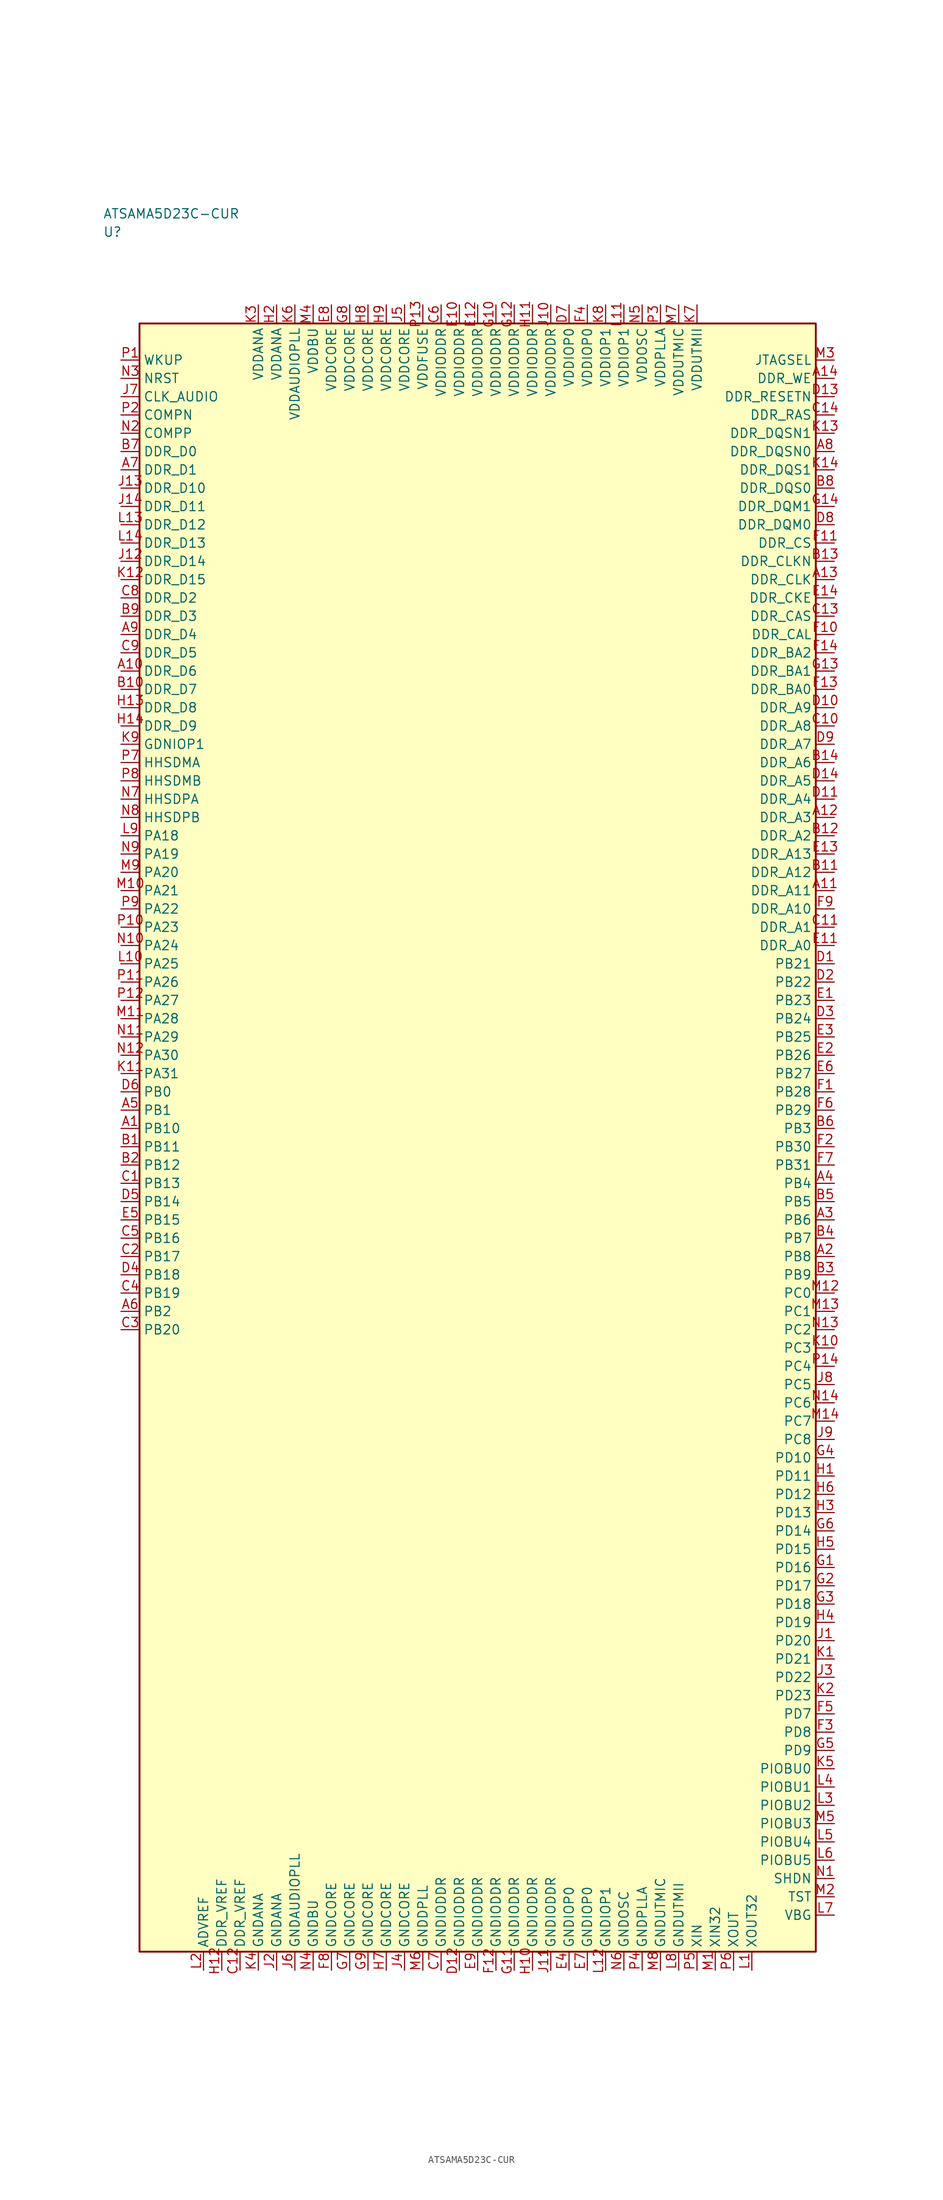
<source format=kicad_sym>
(kicad_symbol_lib
  (version 20241025)
  (generator "kicad_symbol_editor")
  (generator_version "8.0")
  (symbol "ATSAMA5D23C-CUR"
    (property "Reference" "U"
      (at -51.25 123.75 0)
      (effects (font (size 1.27 1.27)) (justify left)))
    (property "Value" "ATSAMA5D23C-CUR"
      (at -51.25 126.25 0)
      (effects (font (size 1.27 1.27)) (justify left)))
    (symbol "ATSAMA5D23C-CUR_0_1"
      (rectangle (start -46.25 111.25) (end 46.25 -111.25) (stroke (width 0.254) (type default)) (fill (type background))))
    (symbol "ATSAMA5D23C-CUR_1_1"
      (pin bidirectional line (at -48.79 41.25 0.0) (length 2.54) (name "PA18" (effects (font (size 1.27 1.27)))) (number "L9" (effects (font (size 1.27 1.27)))))
      (pin bidirectional line (at -48.79 38.75 0.0) (length 2.54) (name "PA19" (effects (font (size 1.27 1.27)))) (number "N9" (effects (font (size 1.27 1.27)))))
      (pin bidirectional line (at -48.79 36.25 0.0) (length 2.54) (name "PA20" (effects (font (size 1.27 1.27)))) (number "M9" (effects (font (size 1.27 1.27)))))
      (pin bidirectional line (at -48.79 33.75 0.0) (length 2.54) (name "PA21" (effects (font (size 1.27 1.27)))) (number "M10" (effects (font (size 1.27 1.27)))))
      (pin bidirectional line (at -48.79 31.25 0.0) (length 2.54) (name "PA22" (effects (font (size 1.27 1.27)))) (number "P9" (effects (font (size 1.27 1.27)))))
      (pin bidirectional line (at -48.79 28.75 0.0) (length 2.54) (name "PA23" (effects (font (size 1.27 1.27)))) (number "P10" (effects (font (size 1.27 1.27)))))
      (pin bidirectional line (at -48.79 26.25 0.0) (length 2.54) (name "PA24" (effects (font (size 1.27 1.27)))) (number "N10" (effects (font (size 1.27 1.27)))))
      (pin bidirectional line (at -48.79 23.75 0.0) (length 2.54) (name "PA25" (effects (font (size 1.27 1.27)))) (number "L10" (effects (font (size 1.27 1.27)))))
      (pin bidirectional line (at -48.79 21.25 0.0) (length 2.54) (name "PA26" (effects (font (size 1.27 1.27)))) (number "P11" (effects (font (size 1.27 1.27)))))
      (pin bidirectional line (at -48.79 18.75 0.0) (length 2.54) (name "PA27" (effects (font (size 1.27 1.27)))) (number "P12" (effects (font (size 1.27 1.27)))))
      (pin bidirectional line (at -48.79 16.25 0.0) (length 2.54) (name "PA28" (effects (font (size 1.27 1.27)))) (number "M11" (effects (font (size 1.27 1.27)))))
      (pin bidirectional line (at -48.79 13.75 0.0) (length 2.54) (name "PA29" (effects (font (size 1.27 1.27)))) (number "N11" (effects (font (size 1.27 1.27)))))
      (pin bidirectional line (at -48.79 11.25 0.0) (length 2.54) (name "PA30" (effects (font (size 1.27 1.27)))) (number "N12" (effects (font (size 1.27 1.27)))))
      (pin bidirectional line (at 48.79 -21.25 180.0) (length 2.54) (name "PC0" (effects (font (size 1.27 1.27)))) (number "M12" (effects (font (size 1.27 1.27)))))
      (pin bidirectional line (at -48.79 -23.75 0.0) (length 2.54) (name "PB2" (effects (font (size 1.27 1.27)))) (number "A6" (effects (font (size 1.27 1.27)))))
      (pin bidirectional line (at -48.79 3.75 0.0) (length 2.54) (name "PB1" (effects (font (size 1.27 1.27)))) (number "A5" (effects (font (size 1.27 1.27)))))
      (pin bidirectional line (at 48.79 1.25 180.0) (length 2.54) (name "PB3" (effects (font (size 1.27 1.27)))) (number "B6" (effects (font (size 1.27 1.27)))))
      (pin bidirectional line (at 48.79 -8.75 180.0) (length 2.54) (name "PB5" (effects (font (size 1.27 1.27)))) (number "B5" (effects (font (size 1.27 1.27)))))
      (pin bidirectional line (at 48.79 -6.25 180.0) (length 2.54) (name "PB4" (effects (font (size 1.27 1.27)))) (number "A4" (effects (font (size 1.27 1.27)))))
      (pin bidirectional line (at -48.79 6.25 0.0) (length 2.54) (name "PB0" (effects (font (size 1.27 1.27)))) (number "D6" (effects (font (size 1.27 1.27)))))
      (pin bidirectional line (at 48.79 -11.25 180.0) (length 2.54) (name "PB6" (effects (font (size 1.27 1.27)))) (number "A3" (effects (font (size 1.27 1.27)))))
      (pin bidirectional line (at 48.79 -13.75 180.0) (length 2.54) (name "PB7" (effects (font (size 1.27 1.27)))) (number "B4" (effects (font (size 1.27 1.27)))))
      (pin bidirectional line (at 48.79 -16.25 180.0) (length 2.54) (name "PB8" (effects (font (size 1.27 1.27)))) (number "A2" (effects (font (size 1.27 1.27)))))
      (pin bidirectional line (at 48.79 -18.75 180.0) (length 2.54) (name "PB9" (effects (font (size 1.27 1.27)))) (number "B3" (effects (font (size 1.27 1.27)))))
      (pin bidirectional line (at -48.79 1.25 0.0) (length 2.54) (name "PB10" (effects (font (size 1.27 1.27)))) (number "A1" (effects (font (size 1.27 1.27)))))
      (pin bidirectional line (at -48.79 -1.25 0.0) (length 2.54) (name "PB11" (effects (font (size 1.27 1.27)))) (number "B1" (effects (font (size 1.27 1.27)))))
      (pin bidirectional line (at -48.79 -3.75 0.0) (length 2.54) (name "PB12" (effects (font (size 1.27 1.27)))) (number "B2" (effects (font (size 1.27 1.27)))))
      (pin bidirectional line (at -48.79 -6.25 0.0) (length 2.54) (name "PB13" (effects (font (size 1.27 1.27)))) (number "C1" (effects (font (size 1.27 1.27)))))
      (pin bidirectional line (at -48.79 -8.75 0.0) (length 2.54) (name "PB14" (effects (font (size 1.27 1.27)))) (number "D5" (effects (font (size 1.27 1.27)))))
      (pin bidirectional line (at -48.79 -11.25 0.0) (length 2.54) (name "PB15" (effects (font (size 1.27 1.27)))) (number "E5" (effects (font (size 1.27 1.27)))))
      (pin bidirectional line (at -48.79 -13.75 0.0) (length 2.54) (name "PB16" (effects (font (size 1.27 1.27)))) (number "C5" (effects (font (size 1.27 1.27)))))
      (pin bidirectional line (at -48.79 -16.25 0.0) (length 2.54) (name "PB17" (effects (font (size 1.27 1.27)))) (number "C2" (effects (font (size 1.27 1.27)))))
      (pin bidirectional line (at -48.79 -18.75 0.0) (length 2.54) (name "PB18" (effects (font (size 1.27 1.27)))) (number "D4" (effects (font (size 1.27 1.27)))))
      (pin bidirectional line (at -48.79 -21.25 0.0) (length 2.54) (name "PB19" (effects (font (size 1.27 1.27)))) (number "C4" (effects (font (size 1.27 1.27)))))
      (pin bidirectional line (at -48.79 -26.25 0.0) (length 2.54) (name "PB20" (effects (font (size 1.27 1.27)))) (number "C3" (effects (font (size 1.27 1.27)))))
      (pin bidirectional line (at 48.79 23.75 180.0) (length 2.54) (name "PB21" (effects (font (size 1.27 1.27)))) (number "D1" (effects (font (size 1.27 1.27)))))
      (pin bidirectional line (at 48.79 21.25 180.0) (length 2.54) (name "PB22" (effects (font (size 1.27 1.27)))) (number "D2" (effects (font (size 1.27 1.27)))))
      (pin bidirectional line (at 48.79 18.75 180.0) (length 2.54) (name "PB23" (effects (font (size 1.27 1.27)))) (number "E1" (effects (font (size 1.27 1.27)))))
      (pin bidirectional line (at 48.79 16.25 180.0) (length 2.54) (name "PB24" (effects (font (size 1.27 1.27)))) (number "D3" (effects (font (size 1.27 1.27)))))
      (pin bidirectional line (at 48.79 13.75 180.0) (length 2.54) (name "PB25" (effects (font (size 1.27 1.27)))) (number "E3" (effects (font (size 1.27 1.27)))))
      (pin bidirectional line (at 48.79 11.25 180.0) (length 2.54) (name "PB26" (effects (font (size 1.27 1.27)))) (number "E2" (effects (font (size 1.27 1.27)))))
      (pin bidirectional line (at 48.79 8.75 180.0) (length 2.54) (name "PB27" (effects (font (size 1.27 1.27)))) (number "E6" (effects (font (size 1.27 1.27)))))
      (pin bidirectional line (at 48.79 6.25 180.0) (length 2.54) (name "PB28" (effects (font (size 1.27 1.27)))) (number "F1" (effects (font (size 1.27 1.27)))))
      (pin bidirectional line (at 48.79 3.75 180.0) (length 2.54) (name "PB29" (effects (font (size 1.27 1.27)))) (number "F6" (effects (font (size 1.27 1.27)))))
      (pin bidirectional line (at 48.79 -1.25 180.0) (length 2.54) (name "PB30" (effects (font (size 1.27 1.27)))) (number "F2" (effects (font (size 1.27 1.27)))))
      (pin bidirectional line (at 48.79 -3.75 180.0) (length 2.54) (name "PB31" (effects (font (size 1.27 1.27)))) (number "F7" (effects (font (size 1.27 1.27)))))
      (pin bidirectional line (at 48.79 -23.75 180.0) (length 2.54) (name "PC1" (effects (font (size 1.27 1.27)))) (number "M13" (effects (font (size 1.27 1.27)))))
      (pin power_in line (at -7.5 113.79 270.0) (length 2.54) (name "VDDFUSE" (effects (font (size 1.27 1.27)))) (number "P13" (effects (font (size 1.27 1.27)))))
      (pin bidirectional line (at 48.79 -26.25 180.0) (length 2.54) (name "PC2" (effects (font (size 1.27 1.27)))) (number "N13" (effects (font (size 1.27 1.27)))))
      (pin bidirectional line (at 48.79 -28.75 180.0) (length 2.54) (name "PC3" (effects (font (size 1.27 1.27)))) (number "K10" (effects (font (size 1.27 1.27)))))
      (pin bidirectional line (at 48.79 -31.25 180.0) (length 2.54) (name "PC4" (effects (font (size 1.27 1.27)))) (number "P14" (effects (font (size 1.27 1.27)))))
      (pin bidirectional line (at 48.79 -33.75 180.0) (length 2.54) (name "PC5" (effects (font (size 1.27 1.27)))) (number "J8" (effects (font (size 1.27 1.27)))))
      (pin bidirectional line (at 48.79 -36.25 180.0) (length 2.54) (name "PC6" (effects (font (size 1.27 1.27)))) (number "N14" (effects (font (size 1.27 1.27)))))
      (pin bidirectional line (at 48.79 -38.75 180.0) (length 2.54) (name "PC7" (effects (font (size 1.27 1.27)))) (number "M14" (effects (font (size 1.27 1.27)))))
      (pin bidirectional line (at 48.79 -41.25 180.0) (length 2.54) (name "PC8" (effects (font (size 1.27 1.27)))) (number "J9" (effects (font (size 1.27 1.27)))))
      (pin bidirectional line (at 48.79 -78.75 180.0) (length 2.54) (name "PD7" (effects (font (size 1.27 1.27)))) (number "F5" (effects (font (size 1.27 1.27)))))
      (pin bidirectional line (at 48.79 -81.25 180.0) (length 2.54) (name "PD8" (effects (font (size 1.27 1.27)))) (number "F3" (effects (font (size 1.27 1.27)))))
      (pin bidirectional line (at 48.79 -83.75 180.0) (length 2.54) (name "PD9" (effects (font (size 1.27 1.27)))) (number "G5" (effects (font (size 1.27 1.27)))))
      (pin bidirectional line (at 48.79 -43.75 180.0) (length 2.54) (name "PD10" (effects (font (size 1.27 1.27)))) (number "G4" (effects (font (size 1.27 1.27)))))
      (pin bidirectional line (at 48.79 -46.25 180.0) (length 2.54) (name "PD11" (effects (font (size 1.27 1.27)))) (number "H1" (effects (font (size 1.27 1.27)))))
      (pin bidirectional line (at 48.79 -48.75 180.0) (length 2.54) (name "PD12" (effects (font (size 1.27 1.27)))) (number "H6" (effects (font (size 1.27 1.27)))))
      (pin bidirectional line (at 48.79 -51.25 180.0) (length 2.54) (name "PD13" (effects (font (size 1.27 1.27)))) (number "H3" (effects (font (size 1.27 1.27)))))
      (pin bidirectional line (at 48.79 -53.75 180.0) (length 2.54) (name "PD14" (effects (font (size 1.27 1.27)))) (number "G6" (effects (font (size 1.27 1.27)))))
      (pin bidirectional line (at 48.79 -56.25 180.0) (length 2.54) (name "PD15" (effects (font (size 1.27 1.27)))) (number "H5" (effects (font (size 1.27 1.27)))))
      (pin bidirectional line (at 48.79 -58.75 180.0) (length 2.54) (name "PD16" (effects (font (size 1.27 1.27)))) (number "G1" (effects (font (size 1.27 1.27)))))
      (pin bidirectional line (at 48.79 -61.25 180.0) (length 2.54) (name "PD17" (effects (font (size 1.27 1.27)))) (number "G2" (effects (font (size 1.27 1.27)))))
      (pin bidirectional line (at 48.79 -63.75 180.0) (length 2.54) (name "PD18" (effects (font (size 1.27 1.27)))) (number "G3" (effects (font (size 1.27 1.27)))))
      (pin bidirectional line (at 48.79 -66.25 180.0) (length 2.54) (name "PD19" (effects (font (size 1.27 1.27)))) (number "H4" (effects (font (size 1.27 1.27)))))
      (pin bidirectional line (at 48.79 -68.75 180.0) (length 2.54) (name "PD20" (effects (font (size 1.27 1.27)))) (number "J1" (effects (font (size 1.27 1.27)))))
      (pin bidirectional line (at 48.79 -71.25 180.0) (length 2.54) (name "PD21" (effects (font (size 1.27 1.27)))) (number "K1" (effects (font (size 1.27 1.27)))))
      (pin bidirectional line (at 48.79 -73.75 180.0) (length 2.54) (name "PD22" (effects (font (size 1.27 1.27)))) (number "J3" (effects (font (size 1.27 1.27)))))
      (pin bidirectional line (at 48.79 -76.25 180.0) (length 2.54) (name "PD23" (effects (font (size 1.27 1.27)))) (number "K2" (effects (font (size 1.27 1.27)))))
      (pin power_in line (at -30.0 113.79 270.0) (length 2.54) (name "VDDANA" (effects (font (size 1.27 1.27)))) (number "K3" (effects (font (size 1.27 1.27)))))
      (pin passive line (at -30.0 -113.79 90.0) (length 2.54) (name "GNDANA" (effects (font (size 1.27 1.27)))) (number "K4" (effects (font (size 1.27 1.27)))))
      (pin passive line (at -37.5 -113.79 90.0) (length 2.54) (name "ADVREF" (effects (font (size 1.27 1.27)))) (number "L2" (effects (font (size 1.27 1.27)))))
      (pin power_in line (at -27.5 113.79 270.0) (length 2.54) (name "VDDANA" (effects (font (size 1.27 1.27)))) (number "H2" (effects (font (size 1.27 1.27)))))
      (pin passive line (at -27.5 -113.79 90.0) (length 2.54) (name "GNDANA" (effects (font (size 1.27 1.27)))) (number "J2" (effects (font (size 1.27 1.27)))))
      (pin passive line (at -35.0 -113.79 90.0) (length 2.54) (name "DDR_VREF" (effects (font (size 1.27 1.27)))) (number "H12" (effects (font (size 1.27 1.27)))))
      (pin passive line (at -32.5 -113.79 90.0) (length 2.54) (name "DDR_VREF" (effects (font (size 1.27 1.27)))) (number "C12" (effects (font (size 1.27 1.27)))))
      (pin bidirectional line (at -48.79 93.75 0.0) (length 2.54) (name "DDR_D0" (effects (font (size 1.27 1.27)))) (number "B7" (effects (font (size 1.27 1.27)))))
      (pin bidirectional line (at -48.79 91.25 0.0) (length 2.54) (name "DDR_D1" (effects (font (size 1.27 1.27)))) (number "A7" (effects (font (size 1.27 1.27)))))
      (pin bidirectional line (at -48.79 73.75 0.0) (length 2.54) (name "DDR_D2" (effects (font (size 1.27 1.27)))) (number "C8" (effects (font (size 1.27 1.27)))))
      (pin bidirectional line (at -48.79 71.25 0.0) (length 2.54) (name "DDR_D3" (effects (font (size 1.27 1.27)))) (number "B9" (effects (font (size 1.27 1.27)))))
      (pin bidirectional line (at -48.79 68.75 0.0) (length 2.54) (name "DDR_D4" (effects (font (size 1.27 1.27)))) (number "A9" (effects (font (size 1.27 1.27)))))
      (pin bidirectional line (at -48.79 66.25 0.0) (length 2.54) (name "DDR_D5" (effects (font (size 1.27 1.27)))) (number "C9" (effects (font (size 1.27 1.27)))))
      (pin bidirectional line (at -48.79 63.75 0.0) (length 2.54) (name "DDR_D6" (effects (font (size 1.27 1.27)))) (number "A10" (effects (font (size 1.27 1.27)))))
      (pin bidirectional line (at -48.79 61.25 0.0) (length 2.54) (name "DDR_D7" (effects (font (size 1.27 1.27)))) (number "B10" (effects (font (size 1.27 1.27)))))
      (pin bidirectional line (at -48.79 58.75 0.0) (length 2.54) (name "DDR_D8" (effects (font (size 1.27 1.27)))) (number "H13" (effects (font (size 1.27 1.27)))))
      (pin bidirectional line (at -48.79 56.25 0.0) (length 2.54) (name "DDR_D9" (effects (font (size 1.27 1.27)))) (number "H14" (effects (font (size 1.27 1.27)))))
      (pin bidirectional line (at -48.79 88.75 0.0) (length 2.54) (name "DDR_D10" (effects (font (size 1.27 1.27)))) (number "J13" (effects (font (size 1.27 1.27)))))
      (pin bidirectional line (at -48.79 86.25 0.0) (length 2.54) (name "DDR_D11" (effects (font (size 1.27 1.27)))) (number "J14" (effects (font (size 1.27 1.27)))))
      (pin bidirectional line (at -48.79 83.75 0.0) (length 2.54) (name "DDR_D12" (effects (font (size 1.27 1.27)))) (number "L13" (effects (font (size 1.27 1.27)))))
      (pin bidirectional line (at -48.79 81.25 0.0) (length 2.54) (name "DDR_D13" (effects (font (size 1.27 1.27)))) (number "L14" (effects (font (size 1.27 1.27)))))
      (pin bidirectional line (at -48.79 78.75 0.0) (length 2.54) (name "DDR_D14" (effects (font (size 1.27 1.27)))) (number "J12" (effects (font (size 1.27 1.27)))))
      (pin bidirectional line (at -48.79 76.25 0.0) (length 2.54) (name "DDR_D15" (effects (font (size 1.27 1.27)))) (number "K12" (effects (font (size 1.27 1.27)))))
      (pin output line (at 48.79 26.25 180.0) (length 2.54) (name "DDR_A0" (effects (font (size 1.27 1.27)))) (number "E11" (effects (font (size 1.27 1.27)))))
      (pin output line (at 48.79 28.75 180.0) (length 2.54) (name "DDR_A1" (effects (font (size 1.27 1.27)))) (number "C11" (effects (font (size 1.27 1.27)))))
      (pin output line (at 48.79 41.25 180.0) (length 2.54) (name "DDR_A2" (effects (font (size 1.27 1.27)))) (number "B12" (effects (font (size 1.27 1.27)))))
      (pin output line (at 48.79 43.75 180.0) (length 2.54) (name "DDR_A3" (effects (font (size 1.27 1.27)))) (number "A12" (effects (font (size 1.27 1.27)))))
      (pin output line (at 48.79 46.25 180.0) (length 2.54) (name "DDR_A4" (effects (font (size 1.27 1.27)))) (number "D11" (effects (font (size 1.27 1.27)))))
      (pin output line (at 48.79 48.75 180.0) (length 2.54) (name "DDR_A5" (effects (font (size 1.27 1.27)))) (number "D14" (effects (font (size 1.27 1.27)))))
      (pin output line (at 48.79 51.25 180.0) (length 2.54) (name "DDR_A6" (effects (font (size 1.27 1.27)))) (number "B14" (effects (font (size 1.27 1.27)))))
      (pin output line (at 48.79 53.75 180.0) (length 2.54) (name "DDR_A7" (effects (font (size 1.27 1.27)))) (number "D9" (effects (font (size 1.27 1.27)))))
      (pin output line (at 48.79 56.25 180.0) (length 2.54) (name "DDR_A8" (effects (font (size 1.27 1.27)))) (number "C10" (effects (font (size 1.27 1.27)))))
      (pin output line (at 48.79 58.75 180.0) (length 2.54) (name "DDR_A9" (effects (font (size 1.27 1.27)))) (number "D10" (effects (font (size 1.27 1.27)))))
      (pin output line (at 48.79 31.25 180.0) (length 2.54) (name "DDR_A10" (effects (font (size 1.27 1.27)))) (number "F9" (effects (font (size 1.27 1.27)))))
      (pin output line (at 48.79 33.75 180.0) (length 2.54) (name "DDR_A11" (effects (font (size 1.27 1.27)))) (number "A11" (effects (font (size 1.27 1.27)))))
      (pin output line (at 48.79 36.25 180.0) (length 2.54) (name "DDR_A12" (effects (font (size 1.27 1.27)))) (number "B11" (effects (font (size 1.27 1.27)))))
      (pin output line (at 48.79 38.75 180.0) (length 2.54) (name "DDR_A13" (effects (font (size 1.27 1.27)))) (number "E13" (effects (font (size 1.27 1.27)))))
      (pin output line (at 48.79 76.25 180.0) (length 2.54) (name "DDR_CLK" (effects (font (size 1.27 1.27)))) (number "A13" (effects (font (size 1.27 1.27)))))
      (pin output line (at 48.79 78.75 180.0) (length 2.54) (name "DDR_CLKN" (effects (font (size 1.27 1.27)))) (number "B13" (effects (font (size 1.27 1.27)))))
      (pin output line (at 48.79 73.75 180.0) (length 2.54) (name "DDR_CKE" (effects (font (size 1.27 1.27)))) (number "E14" (effects (font (size 1.27 1.27)))))
      (pin output line (at 48.79 101.25 180.0) (length 2.54) (name "DDR_RESETN" (effects (font (size 1.27 1.27)))) (number "D13" (effects (font (size 1.27 1.27)))))
      (pin output line (at 48.79 81.25 180.0) (length 2.54) (name "DDR_CS" (effects (font (size 1.27 1.27)))) (number "F11" (effects (font (size 1.27 1.27)))))
      (pin output line (at 48.79 103.75 180.0) (length 2.54) (name "DDR_WE" (effects (font (size 1.27 1.27)))) (number "A14" (effects (font (size 1.27 1.27)))))
      (pin output line (at 48.79 98.75 180.0) (length 2.54) (name "DDR_RAS" (effects (font (size 1.27 1.27)))) (number "C14" (effects (font (size 1.27 1.27)))))
      (pin output line (at 48.79 71.25 180.0) (length 2.54) (name "DDR_CAS" (effects (font (size 1.27 1.27)))) (number "C13" (effects (font (size 1.27 1.27)))))
      (pin output line (at 48.79 83.75 180.0) (length 2.54) (name "DDR_DQM0" (effects (font (size 1.27 1.27)))) (number "D8" (effects (font (size 1.27 1.27)))))
      (pin output line (at 48.79 86.25 180.0) (length 2.54) (name "DDR_DQM1" (effects (font (size 1.27 1.27)))) (number "G14" (effects (font (size 1.27 1.27)))))
      (pin output line (at 48.79 88.75 180.0) (length 2.54) (name "DDR_DQS0" (effects (font (size 1.27 1.27)))) (number "B8" (effects (font (size 1.27 1.27)))))
      (pin output line (at 48.79 91.25 180.0) (length 2.54) (name "DDR_DQS1" (effects (font (size 1.27 1.27)))) (number "K14" (effects (font (size 1.27 1.27)))))
      (pin output line (at 48.79 93.75 180.0) (length 2.54) (name "DDR_DQSN0" (effects (font (size 1.27 1.27)))) (number "A8" (effects (font (size 1.27 1.27)))))
      (pin output line (at 48.79 96.25 180.0) (length 2.54) (name "DDR_DQSN1" (effects (font (size 1.27 1.27)))) (number "K13" (effects (font (size 1.27 1.27)))))
      (pin output line (at 48.79 61.25 180.0) (length 2.54) (name "DDR_BA0" (effects (font (size 1.27 1.27)))) (number "F13" (effects (font (size 1.27 1.27)))))
      (pin output line (at 48.79 63.75 180.0) (length 2.54) (name "DDR_BA1" (effects (font (size 1.27 1.27)))) (number "G13" (effects (font (size 1.27 1.27)))))
      (pin output line (at 48.79 66.25 180.0) (length 2.54) (name "DDR_BA2" (effects (font (size 1.27 1.27)))) (number "F14" (effects (font (size 1.27 1.27)))))
      (pin output line (at 48.79 68.75 180.0) (length 2.54) (name "DDR_CAL" (effects (font (size 1.27 1.27)))) (number "F10" (effects (font (size 1.27 1.27)))))
      (pin power_in line (at -5.0 113.79 270.0) (length 2.54) (name "VDDIODDR" (effects (font (size 1.27 1.27)))) (number "C6" (effects (font (size 1.27 1.27)))))
      (pin power_in line (at -2.5 113.79 270.0) (length 2.54) (name "VDDIODDR" (effects (font (size 1.27 1.27)))) (number "E10" (effects (font (size 1.27 1.27)))))
      (pin power_in line (at 0.0 113.79 270.0) (length 2.54) (name "VDDIODDR" (effects (font (size 1.27 1.27)))) (number "E12" (effects (font (size 1.27 1.27)))))
      (pin power_in line (at 2.5 113.79 270.0) (length 2.54) (name "VDDIODDR" (effects (font (size 1.27 1.27)))) (number "G10" (effects (font (size 1.27 1.27)))))
      (pin power_in line (at 5.0 113.79 270.0) (length 2.54) (name "VDDIODDR" (effects (font (size 1.27 1.27)))) (number "G12" (effects (font (size 1.27 1.27)))))
      (pin power_in line (at 7.5 113.79 270.0) (length 2.54) (name "VDDIODDR" (effects (font (size 1.27 1.27)))) (number "H11" (effects (font (size 1.27 1.27)))))
      (pin power_in line (at 10.0 113.79 270.0) (length 2.54) (name "VDDIODDR" (effects (font (size 1.27 1.27)))) (number "J10" (effects (font (size 1.27 1.27)))))
      (pin passive line (at -5.0 -113.79 90.0) (length 2.54) (name "GNDIODDR" (effects (font (size 1.27 1.27)))) (number "C7" (effects (font (size 1.27 1.27)))))
      (pin passive line (at -2.5 -113.79 90.0) (length 2.54) (name "GNDIODDR" (effects (font (size 1.27 1.27)))) (number "D12" (effects (font (size 1.27 1.27)))))
      (pin passive line (at 0.0 -113.79 90.0) (length 2.54) (name "GNDIODDR" (effects (font (size 1.27 1.27)))) (number "E9" (effects (font (size 1.27 1.27)))))
      (pin passive line (at 2.5 -113.79 90.0) (length 2.54) (name "GNDIODDR" (effects (font (size 1.27 1.27)))) (number "F12" (effects (font (size 1.27 1.27)))))
      (pin passive line (at 5.0 -113.79 90.0) (length 2.54) (name "GNDIODDR" (effects (font (size 1.27 1.27)))) (number "G11" (effects (font (size 1.27 1.27)))))
      (pin passive line (at 7.5 -113.79 90.0) (length 2.54) (name "GNDIODDR" (effects (font (size 1.27 1.27)))) (number "H10" (effects (font (size 1.27 1.27)))))
      (pin passive line (at 10.0 -113.79 90.0) (length 2.54) (name "GNDIODDR" (effects (font (size 1.27 1.27)))) (number "J11" (effects (font (size 1.27 1.27)))))
      (pin power_in line (at -20.0 113.79 270.0) (length 2.54) (name "VDDCORE" (effects (font (size 1.27 1.27)))) (number "E8" (effects (font (size 1.27 1.27)))))
      (pin power_in line (at -17.5 113.79 270.0) (length 2.54) (name "VDDCORE" (effects (font (size 1.27 1.27)))) (number "G8" (effects (font (size 1.27 1.27)))))
      (pin power_in line (at -15.0 113.79 270.0) (length 2.54) (name "VDDCORE" (effects (font (size 1.27 1.27)))) (number "H8" (effects (font (size 1.27 1.27)))))
      (pin power_in line (at -12.5 113.79 270.0) (length 2.54) (name "VDDCORE" (effects (font (size 1.27 1.27)))) (number "H9" (effects (font (size 1.27 1.27)))))
      (pin power_in line (at -10.0 113.79 270.0) (length 2.54) (name "VDDCORE" (effects (font (size 1.27 1.27)))) (number "J5" (effects (font (size 1.27 1.27)))))
      (pin passive line (at -20.0 -113.79 90.0) (length 2.54) (name "GNDCORE" (effects (font (size 1.27 1.27)))) (number "F8" (effects (font (size 1.27 1.27)))))
      (pin passive line (at -17.5 -113.79 90.0) (length 2.54) (name "GNDCORE" (effects (font (size 1.27 1.27)))) (number "G7" (effects (font (size 1.27 1.27)))))
      (pin passive line (at -15.0 -113.79 90.0) (length 2.54) (name "GNDCORE" (effects (font (size 1.27 1.27)))) (number "G9" (effects (font (size 1.27 1.27)))))
      (pin passive line (at -12.5 -113.79 90.0) (length 2.54) (name "GNDCORE" (effects (font (size 1.27 1.27)))) (number "H7" (effects (font (size 1.27 1.27)))))
      (pin passive line (at -10.0 -113.79 90.0) (length 2.54) (name "GNDCORE" (effects (font (size 1.27 1.27)))) (number "J4" (effects (font (size 1.27 1.27)))))
      (pin power_in line (at 12.5 113.79 270.0) (length 2.54) (name "VDDIOP0" (effects (font (size 1.27 1.27)))) (number "D7" (effects (font (size 1.27 1.27)))))
      (pin power_in line (at 15.0 113.79 270.0) (length 2.54) (name "VDDIOP0" (effects (font (size 1.27 1.27)))) (number "F4" (effects (font (size 1.27 1.27)))))
      (pin passive line (at 12.5 -113.79 90.0) (length 2.54) (name "GNDIOP0" (effects (font (size 1.27 1.27)))) (number "E4" (effects (font (size 1.27 1.27)))))
      (pin passive line (at 15.0 -113.79 90.0) (length 2.54) (name "GNDIOP0" (effects (font (size 1.27 1.27)))) (number "E7" (effects (font (size 1.27 1.27)))))
      (pin power_in line (at 17.5 113.79 270.0) (length 2.54) (name "VDDIOP1" (effects (font (size 1.27 1.27)))) (number "K8" (effects (font (size 1.27 1.27)))))
      (pin power_in line (at 20.0 113.79 270.0) (length 2.54) (name "VDDIOP1" (effects (font (size 1.27 1.27)))) (number "L11" (effects (font (size 1.27 1.27)))))
      (pin bidirectional line (at -48.79 53.75 0.0) (length 2.54) (name "GDNIOP1" (effects (font (size 1.27 1.27)))) (number "K9" (effects (font (size 1.27 1.27)))))
      (pin passive line (at 17.5 -113.79 90.0) (length 2.54) (name "GNDIOP1" (effects (font (size 1.27 1.27)))) (number "L12" (effects (font (size 1.27 1.27)))))
      (pin bidirectional line (at -48.79 8.75 0.0) (length 2.54) (name "PA31" (effects (font (size 1.27 1.27)))) (number "K11" (effects (font (size 1.27 1.27)))))
      (pin power_in line (at 25.0 113.79 270.0) (length 2.54) (name "VDDPLLA" (effects (font (size 1.27 1.27)))) (number "P3" (effects (font (size 1.27 1.27)))))
      (pin passive line (at 22.5 -113.79 90.0) (length 2.54) (name "GNDPLLA" (effects (font (size 1.27 1.27)))) (number "P4" (effects (font (size 1.27 1.27)))))
      (pin power_in line (at -25.0 113.79 270.0) (length 2.54) (name "VDDAUDIOPLL" (effects (font (size 1.27 1.27)))) (number "K6" (effects (font (size 1.27 1.27)))))
      (pin bidirectional line (at 48.79 -98.75 180.0) (length 2.54) (name "PIOBU5" (effects (font (size 1.27 1.27)))) (number "L6" (effects (font (size 1.27 1.27)))))
      (pin passive line (at -25.0 -113.79 90.0) (length 2.54) (name "GNDAUDIOPLL" (effects (font (size 1.27 1.27)))) (number "J6" (effects (font (size 1.27 1.27)))))
      (pin bidirectional line (at -48.79 101.25 0.0) (length 2.54) (name "CLK_AUDIO" (effects (font (size 1.27 1.27)))) (number "J7" (effects (font (size 1.27 1.27)))))
      (pin passive line (at 30.0 -113.79 90.0) (length 2.54) (name "XIN" (effects (font (size 1.27 1.27)))) (number "P5" (effects (font (size 1.27 1.27)))))
      (pin passive line (at 35.0 -113.79 90.0) (length 2.54) (name "XOUT" (effects (font (size 1.27 1.27)))) (number "P6" (effects (font (size 1.27 1.27)))))
      (pin power_in line (at 22.5 113.79 270.0) (length 2.54) (name "VDDOSC" (effects (font (size 1.27 1.27)))) (number "N5" (effects (font (size 1.27 1.27)))))
      (pin passive line (at 20.0 -113.79 90.0) (length 2.54) (name "GNDOSC" (effects (font (size 1.27 1.27)))) (number "N6" (effects (font (size 1.27 1.27)))))
      (pin power_in line (at 30.0 113.79 270.0) (length 2.54) (name "VDDUTMII" (effects (font (size 1.27 1.27)))) (number "K7" (effects (font (size 1.27 1.27)))))
      (pin passive line (at 27.5 -113.79 90.0) (length 2.54) (name "GNDUTMII" (effects (font (size 1.27 1.27)))) (number "L8" (effects (font (size 1.27 1.27)))))
      (pin bidirectional line (at -48.79 46.25 0.0) (length 2.54) (name "HHSDPA" (effects (font (size 1.27 1.27)))) (number "N7" (effects (font (size 1.27 1.27)))))
      (pin bidirectional line (at -48.79 51.25 0.0) (length 2.54) (name "HHSDMA" (effects (font (size 1.27 1.27)))) (number "P7" (effects (font (size 1.27 1.27)))))
      (pin bidirectional line (at -48.79 43.75 0.0) (length 2.54) (name "HHSDPB" (effects (font (size 1.27 1.27)))) (number "N8" (effects (font (size 1.27 1.27)))))
      (pin bidirectional line (at -48.79 48.75 0.0) (length 2.54) (name "HHSDMB" (effects (font (size 1.27 1.27)))) (number "P8" (effects (font (size 1.27 1.27)))))
      (pin power_in line (at 27.5 113.79 270.0) (length 2.54) (name "VDDUTMIC" (effects (font (size 1.27 1.27)))) (number "M7" (effects (font (size 1.27 1.27)))))
      (pin passive line (at 25.0 -113.79 90.0) (length 2.54) (name "GNDUTMIC" (effects (font (size 1.27 1.27)))) (number "M8" (effects (font (size 1.27 1.27)))))
      (pin bidirectional line (at 48.79 -106.25 180.0) (length 2.54) (name "VBG" (effects (font (size 1.27 1.27)))) (number "L7" (effects (font (size 1.27 1.27)))))
      (pin bidirectional line (at 48.79 -103.75 180.0) (length 2.54) (name "TST" (effects (font (size 1.27 1.27)))) (number "M2" (effects (font (size 1.27 1.27)))))
      (pin input line (at -48.79 103.75 0.0) (length 2.54) (name "NRST" (effects (font (size 1.27 1.27)))) (number "N3" (effects (font (size 1.27 1.27)))))
      (pin bidirectional line (at 48.79 -88.75 180.0) (length 2.54) (name "PIOBU1" (effects (font (size 1.27 1.27)))) (number "L4" (effects (font (size 1.27 1.27)))))
      (pin input line (at -48.79 106.25 0.0) (length 2.54) (name "WKUP" (effects (font (size 1.27 1.27)))) (number "P1" (effects (font (size 1.27 1.27)))))
      (pin bidirectional line (at 48.79 -101.25 180.0) (length 2.54) (name "SHDN" (effects (font (size 1.27 1.27)))) (number "N1" (effects (font (size 1.27 1.27)))))
      (pin bidirectional line (at 48.79 -86.25 180.0) (length 2.54) (name "PIOBU0" (effects (font (size 1.27 1.27)))) (number "K5" (effects (font (size 1.27 1.27)))))
      (pin bidirectional line (at 48.79 -91.25 180.0) (length 2.54) (name "PIOBU2" (effects (font (size 1.27 1.27)))) (number "L3" (effects (font (size 1.27 1.27)))))
      (pin output line (at 48.79 106.25 180.0) (length 2.54) (name "JTAGSEL" (effects (font (size 1.27 1.27)))) (number "M3" (effects (font (size 1.27 1.27)))))
      (pin passive line (at -22.5 -113.79 90.0) (length 2.54) (name "GNDBU" (effects (font (size 1.27 1.27)))) (number "N4" (effects (font (size 1.27 1.27)))))
      (pin bidirectional line (at 48.79 -96.25 180.0) (length 2.54) (name "PIOBU4" (effects (font (size 1.27 1.27)))) (number "L5" (effects (font (size 1.27 1.27)))))
      (pin passive line (at -7.5 -113.79 90.0) (length 2.54) (name "GNDDPLL" (effects (font (size 1.27 1.27)))) (number "M6" (effects (font (size 1.27 1.27)))))
      (pin power_in line (at -22.5 113.79 270.0) (length 2.54) (name "VDDBU" (effects (font (size 1.27 1.27)))) (number "M4" (effects (font (size 1.27 1.27)))))
      (pin bidirectional line (at 48.79 -93.75 180.0) (length 2.54) (name "PIOBU3" (effects (font (size 1.27 1.27)))) (number "M5" (effects (font (size 1.27 1.27)))))
      (pin passive line (at 32.5 -113.79 90.0) (length 2.54) (name "XIN32" (effects (font (size 1.27 1.27)))) (number "M1" (effects (font (size 1.27 1.27)))))
      (pin passive line (at 37.5 -113.79 90.0) (length 2.54) (name "XOUT32" (effects (font (size 1.27 1.27)))) (number "L1" (effects (font (size 1.27 1.27)))))
      (pin bidirectional line (at -48.79 96.25 0.0) (length 2.54) (name "COMPP" (effects (font (size 1.27 1.27)))) (number "N2" (effects (font (size 1.27 1.27)))))
      (pin bidirectional line (at -48.79 98.75 0.0) (length 2.54) (name "COMPN" (effects (font (size 1.27 1.27)))) (number "P2" (effects (font (size 1.27 1.27))))))))
</source>
